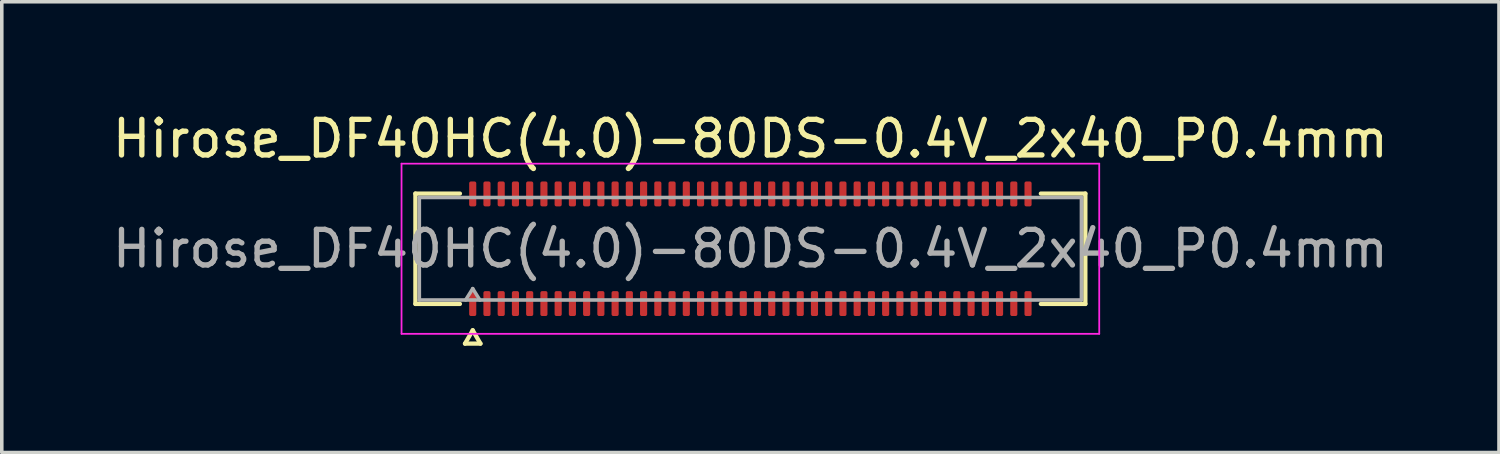
<source format=kicad_pcb>
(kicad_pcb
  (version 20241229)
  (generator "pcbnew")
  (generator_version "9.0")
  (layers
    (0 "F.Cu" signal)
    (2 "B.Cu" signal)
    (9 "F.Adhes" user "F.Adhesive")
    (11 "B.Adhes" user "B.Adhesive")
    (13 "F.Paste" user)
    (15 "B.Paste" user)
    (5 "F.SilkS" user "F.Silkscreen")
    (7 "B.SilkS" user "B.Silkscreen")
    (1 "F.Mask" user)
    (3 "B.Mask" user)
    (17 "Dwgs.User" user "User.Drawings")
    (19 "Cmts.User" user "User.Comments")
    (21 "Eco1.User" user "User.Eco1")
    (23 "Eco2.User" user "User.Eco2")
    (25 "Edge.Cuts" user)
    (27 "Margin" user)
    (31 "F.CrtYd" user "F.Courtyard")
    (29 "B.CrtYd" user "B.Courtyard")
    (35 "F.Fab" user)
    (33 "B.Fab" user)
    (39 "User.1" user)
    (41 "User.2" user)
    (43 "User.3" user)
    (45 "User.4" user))
  (footprint "Hirose_DF40HC(4.0)-80DS-0.4V_2x40_P0.4mm"
    (layer "F.Cu")
    (at 18.03 3.938)
    (property "Reference" "Hirose_DF40HC(4.0)-80DS-0.4V_2x40_P0.4mm" (at 0 -3.09 0) (layer "F.SilkS") (effects (font (size 1 1) (thickness 0.15))))
    (attr smd)
    (fp_line (start -9.41 -1.55) (end -8.16 -1.55) (stroke (width 0.12) (type solid)) (layer "F.SilkS"))
    (fp_line (start -9.41 1.55) (end -9.41 -1.55) (stroke (width 0.12) (type solid)) (layer "F.SilkS"))
    (fp_line (start -8.16 1.55) (end -9.41 1.55) (stroke (width 0.12) (type solid)) (layer "F.SilkS"))
    (fp_line (start -8.017 2.665) (end -7.8 2.29) (stroke (width 0.12) (type solid)) (layer "F.SilkS"))
    (fp_line (start -7.8 2.29) (end -7.583 2.665) (stroke (width 0.12) (type solid)) (layer "F.SilkS"))
    (fp_line (start -7.583 2.665) (end -8.017 2.665) (stroke (width 0.12) (type solid)) (layer "F.SilkS"))
    (fp_line (start 8.16 -1.55) (end 9.41 -1.55) (stroke (width 0.12) (type solid)) (layer "F.SilkS"))
    (fp_line (start 9.41 -1.55) (end 9.41 1.55) (stroke (width 0.12) (type solid)) (layer "F.SilkS"))
    (fp_line (start 9.41 1.55) (end 8.16 1.55) (stroke (width 0.12) (type solid)) (layer "F.SilkS"))
    (fp_line (start -9.8 -2.39) (end -9.8 2.39) (stroke (width 0.05) (type solid)) (layer "F.CrtYd"))
    (fp_line (start -9.8 2.39) (end 9.8 2.39) (stroke (width 0.05) (type solid)) (layer "F.CrtYd"))
    (fp_line (start 9.8 -2.39) (end -9.8 -2.39) (stroke (width 0.05) (type solid)) (layer "F.CrtYd"))
    (fp_line (start 9.8 2.39) (end 9.8 -2.39) (stroke (width 0.05) (type solid)) (layer "F.CrtYd"))
    (fp_line (start -9.3 -1.44) (end 9.3 -1.44) (stroke (width 0.1) (type solid)) (layer "F.Fab"))
    (fp_line (start -9.3 1.44) (end -9.3 -1.44) (stroke (width 0.1) (type solid)) (layer "F.Fab"))
    (fp_line (start -8 1.44) (end -7.8 1.12) (stroke (width 0.1) (type solid)) (layer "F.Fab"))
    (fp_line (start -7.8 1.12) (end -7.6 1.44) (stroke (width 0.1) (type solid)) (layer "F.Fab"))
    (fp_line (start 9.3 -1.44) (end 9.3 1.44) (stroke (width 0.1) (type solid)) (layer "F.Fab"))
    (fp_line (start 9.3 1.44) (end -9.3 1.44) (stroke (width 0.1) (type solid)) (layer "F.Fab"))
    (fp_text user "${REFERENCE}" (at 0 0 0) (layer "F.Fab") (effects (font (size 1 1) (thickness 0.15))))
    (pad "1" smd roundrect (at -7.8 1.54) (size 0.2 0.7) (layers "F.Cu" "F.Mask" "F.Paste") (roundrect_rratio 0.25))
    (pad "2" smd roundrect (at -7.8 -1.54) (size 0.2 0.7) (layers "F.Cu" "F.Mask" "F.Paste") (roundrect_rratio 0.25))
    (pad "3" smd roundrect (at -7.4 1.54) (size 0.2 0.7) (layers "F.Cu" "F.Mask" "F.Paste") (roundrect_rratio 0.25))
    (pad "4" smd roundrect (at -7.4 -1.54) (size 0.2 0.7) (layers "F.Cu" "F.Mask" "F.Paste") (roundrect_rratio 0.25))
    (pad "5" smd roundrect (at -7 1.54) (size 0.2 0.7) (layers "F.Cu" "F.Mask" "F.Paste") (roundrect_rratio 0.25))
    (pad "6" smd roundrect (at -7 -1.54) (size 0.2 0.7) (layers "F.Cu" "F.Mask" "F.Paste") (roundrect_rratio 0.25))
    (pad "7" smd roundrect (at -6.6 1.54) (size 0.2 0.7) (layers "F.Cu" "F.Mask" "F.Paste") (roundrect_rratio 0.25))
    (pad "8" smd roundrect (at -6.6 -1.54) (size 0.2 0.7) (layers "F.Cu" "F.Mask" "F.Paste") (roundrect_rratio 0.25))
    (pad "9" smd roundrect (at -6.2 1.54) (size 0.2 0.7) (layers "F.Cu" "F.Mask" "F.Paste") (roundrect_rratio 0.25))
    (pad "10" smd roundrect (at -6.2 -1.54) (size 0.2 0.7) (layers "F.Cu" "F.Mask" "F.Paste") (roundrect_rratio 0.25))
    (pad "11" smd roundrect (at -5.8 1.54) (size 0.2 0.7) (layers "F.Cu" "F.Mask" "F.Paste") (roundrect_rratio 0.25))
    (pad "12" smd roundrect (at -5.8 -1.54) (size 0.2 0.7) (layers "F.Cu" "F.Mask" "F.Paste") (roundrect_rratio 0.25))
    (pad "13" smd roundrect (at -5.4 1.54) (size 0.2 0.7) (layers "F.Cu" "F.Mask" "F.Paste") (roundrect_rratio 0.25))
    (pad "14" smd roundrect (at -5.4 -1.54) (size 0.2 0.7) (layers "F.Cu" "F.Mask" "F.Paste") (roundrect_rratio 0.25))
    (pad "15" smd roundrect (at -5 1.54) (size 0.2 0.7) (layers "F.Cu" "F.Mask" "F.Paste") (roundrect_rratio 0.25))
    (pad "16" smd roundrect (at -5 -1.54) (size 0.2 0.7) (layers "F.Cu" "F.Mask" "F.Paste") (roundrect_rratio 0.25))
    (pad "17" smd roundrect (at -4.6 1.54) (size 0.2 0.7) (layers "F.Cu" "F.Mask" "F.Paste") (roundrect_rratio 0.25))
    (pad "18" smd roundrect (at -4.6 -1.54) (size 0.2 0.7) (layers "F.Cu" "F.Mask" "F.Paste") (roundrect_rratio 0.25))
    (pad "19" smd roundrect (at -4.2 1.54) (size 0.2 0.7) (layers "F.Cu" "F.Mask" "F.Paste") (roundrect_rratio 0.25))
    (pad "20" smd roundrect (at -4.2 -1.54) (size 0.2 0.7) (layers "F.Cu" "F.Mask" "F.Paste") (roundrect_rratio 0.25))
    (pad "21" smd roundrect (at -3.8 1.54) (size 0.2 0.7) (layers "F.Cu" "F.Mask" "F.Paste") (roundrect_rratio 0.25))
    (pad "22" smd roundrect (at -3.8 -1.54) (size 0.2 0.7) (layers "F.Cu" "F.Mask" "F.Paste") (roundrect_rratio 0.25))
    (pad "23" smd roundrect (at -3.4 1.54) (size 0.2 0.7) (layers "F.Cu" "F.Mask" "F.Paste") (roundrect_rratio 0.25))
    (pad "24" smd roundrect (at -3.4 -1.54) (size 0.2 0.7) (layers "F.Cu" "F.Mask" "F.Paste") (roundrect_rratio 0.25))
    (pad "25" smd roundrect (at -3 1.54) (size 0.2 0.7) (layers "F.Cu" "F.Mask" "F.Paste") (roundrect_rratio 0.25))
    (pad "26" smd roundrect (at -3 -1.54) (size 0.2 0.7) (layers "F.Cu" "F.Mask" "F.Paste") (roundrect_rratio 0.25))
    (pad "27" smd roundrect (at -2.6 1.54) (size 0.2 0.7) (layers "F.Cu" "F.Mask" "F.Paste") (roundrect_rratio 0.25))
    (pad "28" smd roundrect (at -2.6 -1.54) (size 0.2 0.7) (layers "F.Cu" "F.Mask" "F.Paste") (roundrect_rratio 0.25))
    (pad "29" smd roundrect (at -2.2 1.54) (size 0.2 0.7) (layers "F.Cu" "F.Mask" "F.Paste") (roundrect_rratio 0.25))
    (pad "30" smd roundrect (at -2.2 -1.54) (size 0.2 0.7) (layers "F.Cu" "F.Mask" "F.Paste") (roundrect_rratio 0.25))
    (pad "31" smd roundrect (at -1.8 1.54) (size 0.2 0.7) (layers "F.Cu" "F.Mask" "F.Paste") (roundrect_rratio 0.25))
    (pad "32" smd roundrect (at -1.8 -1.54) (size 0.2 0.7) (layers "F.Cu" "F.Mask" "F.Paste") (roundrect_rratio 0.25))
    (pad "33" smd roundrect (at -1.4 1.54) (size 0.2 0.7) (layers "F.Cu" "F.Mask" "F.Paste") (roundrect_rratio 0.25))
    (pad "34" smd roundrect (at -1.4 -1.54) (size 0.2 0.7) (layers "F.Cu" "F.Mask" "F.Paste") (roundrect_rratio 0.25))
    (pad "35" smd roundrect (at -1 1.54) (size 0.2 0.7) (layers "F.Cu" "F.Mask" "F.Paste") (roundrect_rratio 0.25))
    (pad "36" smd roundrect (at -1 -1.54) (size 0.2 0.7) (layers "F.Cu" "F.Mask" "F.Paste") (roundrect_rratio 0.25))
    (pad "37" smd roundrect (at -0.6 1.54) (size 0.2 0.7) (layers "F.Cu" "F.Mask" "F.Paste") (roundrect_rratio 0.25))
    (pad "38" smd roundrect (at -0.6 -1.54) (size 0.2 0.7) (layers "F.Cu" "F.Mask" "F.Paste") (roundrect_rratio 0.25))
    (pad "39" smd roundrect (at -0.2 1.54) (size 0.2 0.7) (layers "F.Cu" "F.Mask" "F.Paste") (roundrect_rratio 0.25))
    (pad "40" smd roundrect (at -0.2 -1.54) (size 0.2 0.7) (layers "F.Cu" "F.Mask" "F.Paste") (roundrect_rratio 0.25))
    (pad "41" smd roundrect (at 0.2 1.54) (size 0.2 0.7) (layers "F.Cu" "F.Mask" "F.Paste") (roundrect_rratio 0.25))
    (pad "42" smd roundrect (at 0.2 -1.54) (size 0.2 0.7) (layers "F.Cu" "F.Mask" "F.Paste") (roundrect_rratio 0.25))
    (pad "43" smd roundrect (at 0.6 1.54) (size 0.2 0.7) (layers "F.Cu" "F.Mask" "F.Paste") (roundrect_rratio 0.25))
    (pad "44" smd roundrect (at 0.6 -1.54) (size 0.2 0.7) (layers "F.Cu" "F.Mask" "F.Paste") (roundrect_rratio 0.25))
    (pad "45" smd roundrect (at 1 1.54) (size 0.2 0.7) (layers "F.Cu" "F.Mask" "F.Paste") (roundrect_rratio 0.25))
    (pad "46" smd roundrect (at 1 -1.54) (size 0.2 0.7) (layers "F.Cu" "F.Mask" "F.Paste") (roundrect_rratio 0.25))
    (pad "47" smd roundrect (at 1.4 1.54) (size 0.2 0.7) (layers "F.Cu" "F.Mask" "F.Paste") (roundrect_rratio 0.25))
    (pad "48" smd roundrect (at 1.4 -1.54) (size 0.2 0.7) (layers "F.Cu" "F.Mask" "F.Paste") (roundrect_rratio 0.25))
    (pad "49" smd roundrect (at 1.8 1.54) (size 0.2 0.7) (layers "F.Cu" "F.Mask" "F.Paste") (roundrect_rratio 0.25))
    (pad "50" smd roundrect (at 1.8 -1.54) (size 0.2 0.7) (layers "F.Cu" "F.Mask" "F.Paste") (roundrect_rratio 0.25))
    (pad "51" smd roundrect (at 2.2 1.54) (size 0.2 0.7) (layers "F.Cu" "F.Mask" "F.Paste") (roundrect_rratio 0.25))
    (pad "52" smd roundrect (at 2.2 -1.54) (size 0.2 0.7) (layers "F.Cu" "F.Mask" "F.Paste") (roundrect_rratio 0.25))
    (pad "53" smd roundrect (at 2.6 1.54) (size 0.2 0.7) (layers "F.Cu" "F.Mask" "F.Paste") (roundrect_rratio 0.25))
    (pad "54" smd roundrect (at 2.6 -1.54) (size 0.2 0.7) (layers "F.Cu" "F.Mask" "F.Paste") (roundrect_rratio 0.25))
    (pad "55" smd roundrect (at 3 1.54) (size 0.2 0.7) (layers "F.Cu" "F.Mask" "F.Paste") (roundrect_rratio 0.25))
    (pad "56" smd roundrect (at 3 -1.54) (size 0.2 0.7) (layers "F.Cu" "F.Mask" "F.Paste") (roundrect_rratio 0.25))
    (pad "57" smd roundrect (at 3.4 1.54) (size 0.2 0.7) (layers "F.Cu" "F.Mask" "F.Paste") (roundrect_rratio 0.25))
    (pad "58" smd roundrect (at 3.4 -1.54) (size 0.2 0.7) (layers "F.Cu" "F.Mask" "F.Paste") (roundrect_rratio 0.25))
    (pad "59" smd roundrect (at 3.8 1.54) (size 0.2 0.7) (layers "F.Cu" "F.Mask" "F.Paste") (roundrect_rratio 0.25))
    (pad "60" smd roundrect (at 3.8 -1.54) (size 0.2 0.7) (layers "F.Cu" "F.Mask" "F.Paste") (roundrect_rratio 0.25))
    (pad "61" smd roundrect (at 4.2 1.54) (size 0.2 0.7) (layers "F.Cu" "F.Mask" "F.Paste") (roundrect_rratio 0.25))
    (pad "62" smd roundrect (at 4.2 -1.54) (size 0.2 0.7) (layers "F.Cu" "F.Mask" "F.Paste") (roundrect_rratio 0.25))
    (pad "63" smd roundrect (at 4.6 1.54) (size 0.2 0.7) (layers "F.Cu" "F.Mask" "F.Paste") (roundrect_rratio 0.25))
    (pad "64" smd roundrect (at 4.6 -1.54) (size 0.2 0.7) (layers "F.Cu" "F.Mask" "F.Paste") (roundrect_rratio 0.25))
    (pad "65" smd roundrect (at 5 1.54) (size 0.2 0.7) (layers "F.Cu" "F.Mask" "F.Paste") (roundrect_rratio 0.25))
    (pad "66" smd roundrect (at 5 -1.54) (size 0.2 0.7) (layers "F.Cu" "F.Mask" "F.Paste") (roundrect_rratio 0.25))
    (pad "67" smd roundrect (at 5.4 1.54) (size 0.2 0.7) (layers "F.Cu" "F.Mask" "F.Paste") (roundrect_rratio 0.25))
    (pad "68" smd roundrect (at 5.4 -1.54) (size 0.2 0.7) (layers "F.Cu" "F.Mask" "F.Paste") (roundrect_rratio 0.25))
    (pad "69" smd roundrect (at 5.8 1.54) (size 0.2 0.7) (layers "F.Cu" "F.Mask" "F.Paste") (roundrect_rratio 0.25))
    (pad "70" smd roundrect (at 5.8 -1.54) (size 0.2 0.7) (layers "F.Cu" "F.Mask" "F.Paste") (roundrect_rratio 0.25))
    (pad "71" smd roundrect (at 6.2 1.54) (size 0.2 0.7) (layers "F.Cu" "F.Mask" "F.Paste") (roundrect_rratio 0.25))
    (pad "72" smd roundrect (at 6.2 -1.54) (size 0.2 0.7) (layers "F.Cu" "F.Mask" "F.Paste") (roundrect_rratio 0.25))
    (pad "73" smd roundrect (at 6.6 1.54) (size 0.2 0.7) (layers "F.Cu" "F.Mask" "F.Paste") (roundrect_rratio 0.25))
    (pad "74" smd roundrect (at 6.6 -1.54) (size 0.2 0.7) (layers "F.Cu" "F.Mask" "F.Paste") (roundrect_rratio 0.25))
    (pad "75" smd roundrect (at 7 1.54) (size 0.2 0.7) (layers "F.Cu" "F.Mask" "F.Paste") (roundrect_rratio 0.25))
    (pad "76" smd roundrect (at 7 -1.54) (size 0.2 0.7) (layers "F.Cu" "F.Mask" "F.Paste") (roundrect_rratio 0.25))
    (pad "77" smd roundrect (at 7.4 1.54) (size 0.2 0.7) (layers "F.Cu" "F.Mask" "F.Paste") (roundrect_rratio 0.25))
    (pad "78" smd roundrect (at 7.4 -1.54) (size 0.2 0.7) (layers "F.Cu" "F.Mask" "F.Paste") (roundrect_rratio 0.25))
    (pad "79" smd roundrect (at 7.8 1.54) (size 0.2 0.7) (layers "F.Cu" "F.Mask" "F.Paste") (roundrect_rratio 0.25))
    (pad "80" smd roundrect (at 7.8 -1.54) (size 0.2 0.7) (layers "F.Cu" "F.Mask" "F.Paste") (roundrect_rratio 0.25)))
  (gr_rect
    (start -3 -3)
    (end 39.06 9.663)
    (stroke (width 0.1) (type default))
    (fill no)
    (layer "Edge.Cuts")))
</source>
